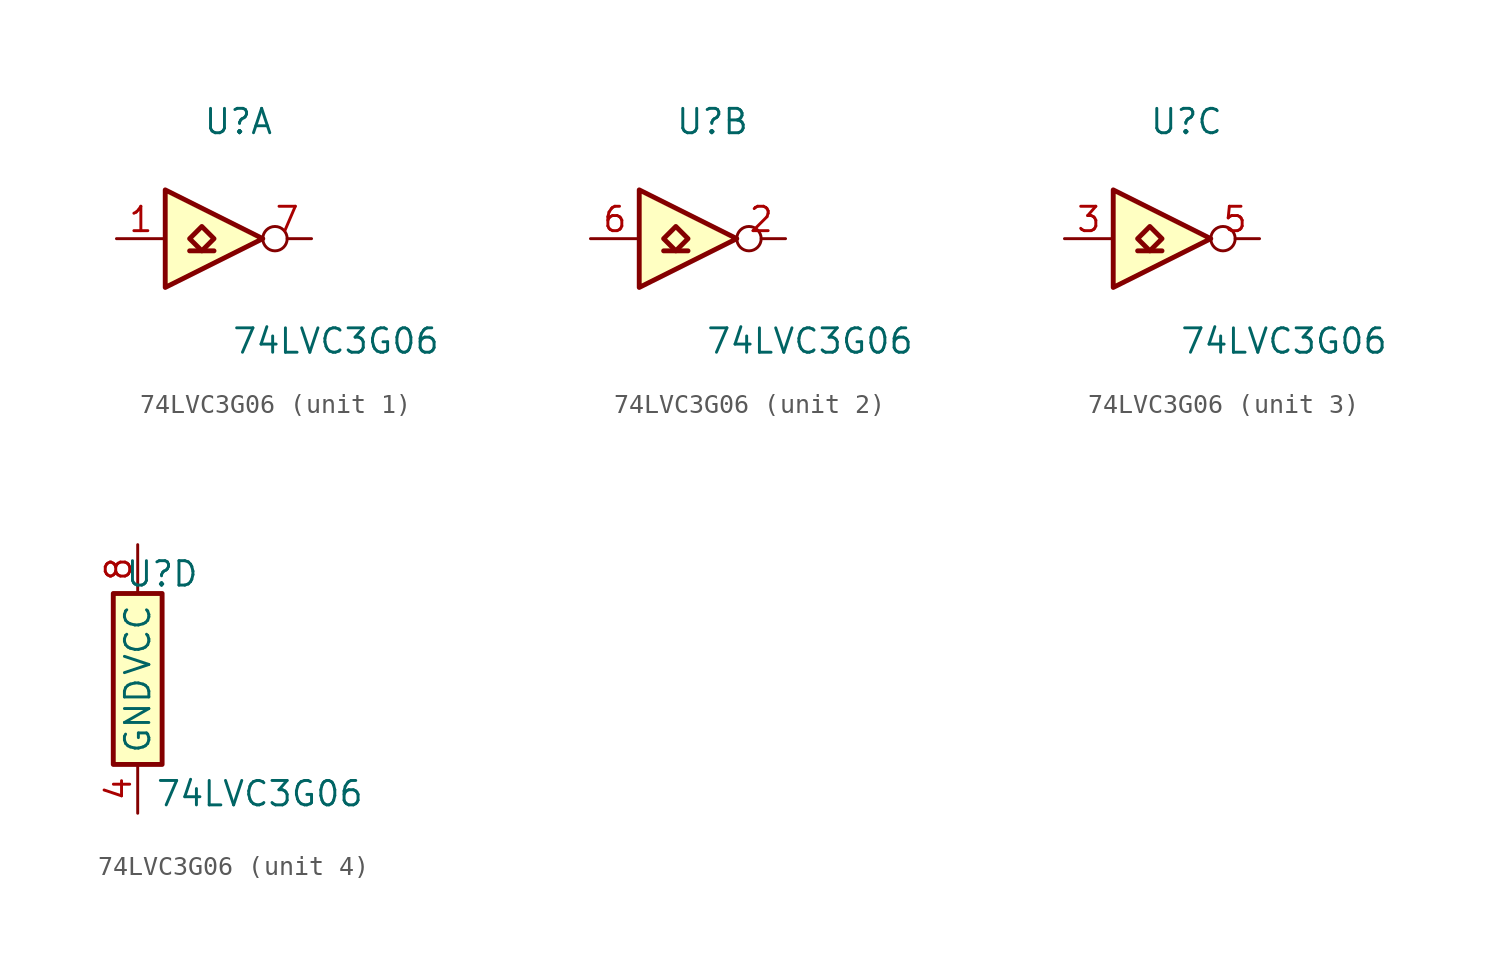
<source format=kicad_sym>
(kicad_symbol_lib
  (version 20231120)
  (generator "kicad_symbol_editor")
  (generator_version "8.0")
  (symbol "74LVC3G06"
    (property "Reference" "U"
      (at 1.27 6.096 0)
      (effects (font (size 1.27 1.27))))
    (property "Value" "74LVC3G06"
      (at 6.35 -5.334 0)
      (effects (font (size 1.27 1.27))))
    (symbol "74LVC3G06_1_1"
      (polyline (pts (xy -1.27 -0.635) (xy 0 -0.635)) (stroke (width 0.254) (type default)) (fill (type background)))
      (polyline (pts (xy -2.54 2.54) (xy -2.54 -2.54) (xy 2.54 0) (xy -2.54 2.54)) (stroke (width 0.254) (type default)) (fill (type background)))
      (polyline (pts (xy -0.635 0.635) (xy -1.27 0) (xy -0.635 -0.635) (xy 0 0) (xy -0.635 0.635)) (stroke (width 0.254) (type default)) (fill (type background)))
      (pin input line (at -5.08 0 0) (length 2.54) (name "~" (effects (font (size 1.27 1.27)))) (number "1" (effects (font (size 1.27 1.27)))))
      (pin open_collector inverted (at 5.08 0 180) (length 2.54) (name "~" (effects (font (size 1.27 1.27)))) (number "7" (effects (font (size 1.27 1.27))))))
    (symbol "74LVC3G06_2_1"
      (polyline (pts (xy -1.27 -0.635) (xy 0 -0.635)) (stroke (width 0.254) (type default)) (fill (type background)))
      (polyline (pts (xy -2.54 2.54) (xy -2.54 -2.54) (xy 2.54 0) (xy -2.54 2.54)) (stroke (width 0.254) (type default)) (fill (type background)))
      (polyline (pts (xy -0.635 0.635) (xy -1.27 0) (xy -0.635 -0.635) (xy 0 0) (xy -0.635 0.635)) (stroke (width 0.254) (type default)) (fill (type background)))
      (pin open_collector inverted (at 5.08 0 180) (length 2.54) (name "~" (effects (font (size 1.27 1.27)))) (number "2" (effects (font (size 1.27 1.27)))))
      (pin input line (at -5.08 0 0) (length 2.54) (name "~" (effects (font (size 1.27 1.27)))) (number "6" (effects (font (size 1.27 1.27))))))
    (symbol "74LVC3G06_3_1"
      (polyline (pts (xy -1.27 -0.635) (xy 0 -0.635)) (stroke (width 0.254) (type default)) (fill (type background)))
      (polyline (pts (xy -2.54 2.54) (xy -2.54 -2.54) (xy 2.54 0) (xy -2.54 2.54)) (stroke (width 0.254) (type default)) (fill (type background)))
      (polyline (pts (xy -0.635 0.635) (xy -1.27 0) (xy -0.635 -0.635) (xy 0 0) (xy -0.635 0.635)) (stroke (width 0.254) (type default)) (fill (type background)))
      (pin input line (at -5.08 0 0) (length 2.54) (name "~" (effects (font (size 1.27 1.27)))) (number "3" (effects (font (size 1.27 1.27)))))
      (pin open_collector inverted (at 5.08 0 180) (length 2.54) (name "~" (effects (font (size 1.27 1.27)))) (number "5" (effects (font (size 1.27 1.27))))))
    (symbol "74LVC3G06_4_0"
      (rectangle (start -1.27 5.08) (end 1.27 -3.81) (stroke (width 0.254) (type default)) (fill (type background))))
    (symbol "74LVC3G06_4_1"
      (pin power_in line (at 0 -6.35 90) (length 2.54) (name "GND" (effects (font (size 1.27 1.27)))) (number "4" (effects (font (size 1.27 1.27)))))
      (pin power_in line (at 0 7.62 270) (length 2.54) (name "VCC" (effects (font (size 1.27 1.27)))) (number "8" (effects (font (size 1.27 1.27))))))))
</source>
